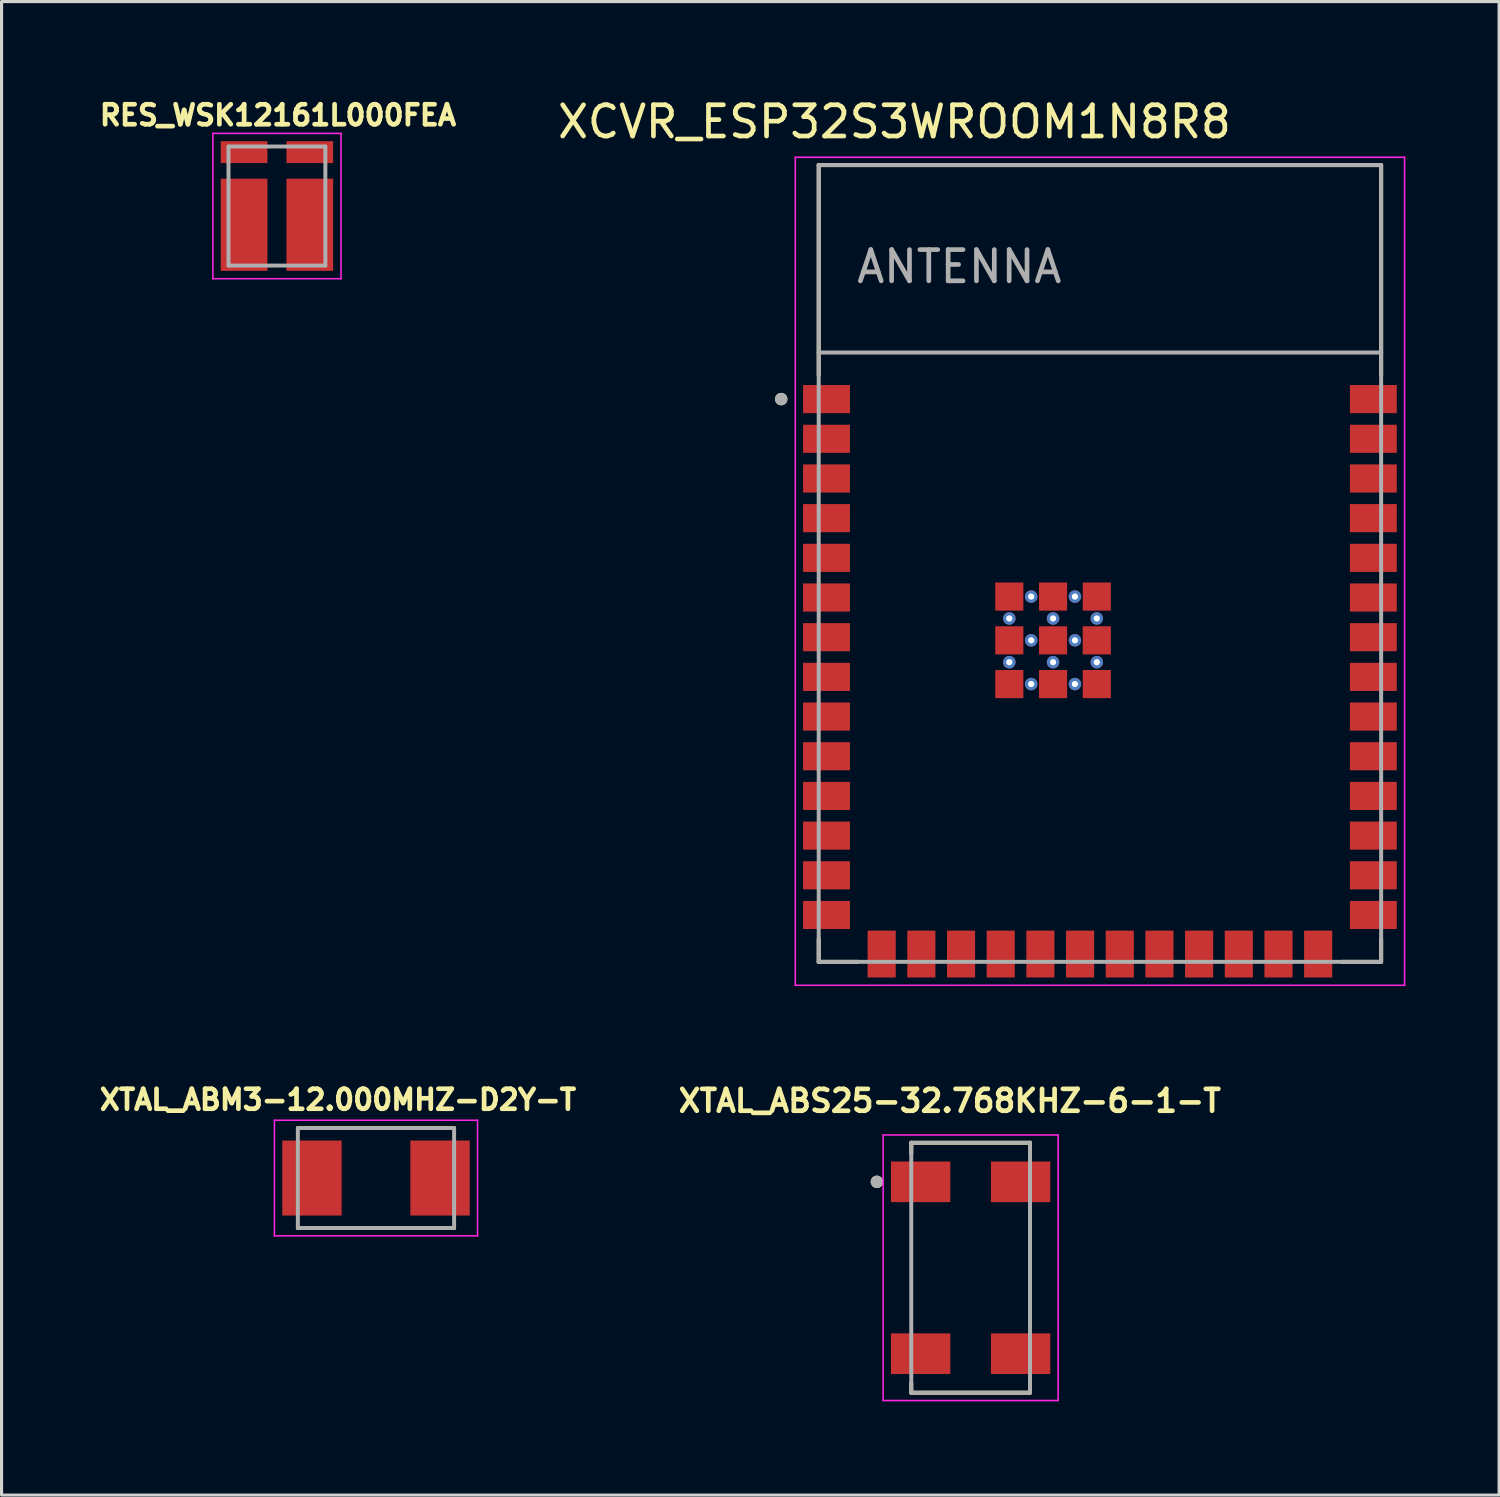
<source format=kicad_pcb>
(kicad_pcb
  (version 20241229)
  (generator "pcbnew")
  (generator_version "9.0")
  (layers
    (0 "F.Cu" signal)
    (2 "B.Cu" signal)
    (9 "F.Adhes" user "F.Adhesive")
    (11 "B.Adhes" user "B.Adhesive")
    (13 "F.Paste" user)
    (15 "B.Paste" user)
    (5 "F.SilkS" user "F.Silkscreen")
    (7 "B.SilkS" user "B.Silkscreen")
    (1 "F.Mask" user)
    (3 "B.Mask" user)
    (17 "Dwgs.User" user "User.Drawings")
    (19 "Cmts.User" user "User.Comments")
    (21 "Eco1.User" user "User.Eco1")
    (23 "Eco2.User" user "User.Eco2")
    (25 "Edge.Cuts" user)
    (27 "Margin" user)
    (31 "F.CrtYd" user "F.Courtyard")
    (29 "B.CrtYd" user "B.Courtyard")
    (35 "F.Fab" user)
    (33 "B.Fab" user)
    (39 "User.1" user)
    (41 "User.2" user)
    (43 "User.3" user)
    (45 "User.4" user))
  (footprint "XCVR_ESP32S3WROOM1N8R8"
    (layer "F.Cu")
    (at 32.152 14.983)
    (property "Reference" "XCVR_ESP32S3WROOM1N8R8" (at -6.575 -14.135 0) (layer "F.SilkS") (effects (font (size 1 1) (thickness 0.15))))
    (attr smd)
    (fp_line (start -9 -12.75) (end 9 -12.75) (stroke (width 0.127) (type solid)) (layer "F.SilkS"))
    (fp_line (start -9 -6.03) (end -9 -12.75) (stroke (width 0.127) (type solid)) (layer "F.SilkS"))
    (fp_line (start -9 12.02) (end -9 12.75) (stroke (width 0.127) (type solid)) (layer "F.SilkS"))
    (fp_line (start -9 12.75) (end -7.755 12.75) (stroke (width 0.127) (type solid)) (layer "F.SilkS"))
    (fp_line (start 9 -12.75) (end 9 -6.03) (stroke (width 0.127) (type solid)) (layer "F.SilkS"))
    (fp_line (start 9 12.02) (end 9 12.75) (stroke (width 0.127) (type solid)) (layer "F.SilkS"))
    (fp_line (start 9 12.75) (end 7.755 12.75) (stroke (width 0.127) (type solid)) (layer "F.SilkS"))
    (fp_circle (center -10.2 -5.26) (end -10.1 -5.26) (stroke (width 0.2) (type solid)) (fill no) (layer "F.SilkS"))
    (fp_line (start -9.75 -13) (end 9.75 -13) (stroke (width 0.05) (type solid)) (layer "F.CrtYd"))
    (fp_line (start -9.75 13.5) (end -9.75 -13) (stroke (width 0.05) (type solid)) (layer "F.CrtYd"))
    (fp_line (start -9.75 13.5) (end 9.75 13.5) (stroke (width 0.05) (type solid)) (layer "F.CrtYd"))
    (fp_line (start 9.75 -13) (end 9.75 13.5) (stroke (width 0.05) (type solid)) (layer "F.CrtYd"))
    (fp_line (start -9 -12.75) (end 9 -12.75) (stroke (width 0.127) (type solid)) (layer "F.Fab"))
    (fp_line (start -9 -6.75) (end -9 -12.75) (stroke (width 0.127) (type solid)) (layer "F.Fab"))
    (fp_line (start -9 -6.75) (end 9 -6.75) (stroke (width 0.127) (type solid)) (layer "F.Fab"))
    (fp_line (start -9 12.75) (end -9 -6.75) (stroke (width 0.127) (type solid)) (layer "F.Fab"))
    (fp_line (start 9 -12.75) (end 9 -6.75) (stroke (width 0.127) (type solid)) (layer "F.Fab"))
    (fp_line (start 9 -6.75) (end 9 12.75) (stroke (width 0.127) (type solid)) (layer "F.Fab"))
    (fp_line (start 9 12.75) (end -9 12.75) (stroke (width 0.127) (type solid)) (layer "F.Fab"))
    (fp_circle (center -10.2 -5.26) (end -10.1 -5.26) (stroke (width 0.2) (type solid)) (fill no) (layer "F.Fab"))
    (fp_text user "ANTENNA" (at -4.5 -9.5 0) (layer "F.Fab") (effects (font (size 1 1) (thickness 0.15))))
    (pad "1" smd rect (at -8.75 -5.26) (size 1.5 0.9) (layers "F.Cu" "F.Mask" "F.Paste"))
    (pad "2" smd rect (at -8.75 -3.99) (size 1.5 0.9) (layers "F.Cu" "F.Mask" "F.Paste"))
    (pad "3" smd rect (at -8.75 -2.72) (size 1.5 0.9) (layers "F.Cu" "F.Mask" "F.Paste"))
    (pad "4" smd rect (at -8.75 -1.45) (size 1.5 0.9) (layers "F.Cu" "F.Mask" "F.Paste"))
    (pad "5" smd rect (at -8.75 -0.18) (size 1.5 0.9) (layers "F.Cu" "F.Mask" "F.Paste"))
    (pad "6" smd rect (at -8.75 1.09) (size 1.5 0.9) (layers "F.Cu" "F.Mask" "F.Paste"))
    (pad "7" smd rect (at -8.75 2.36) (size 1.5 0.9) (layers "F.Cu" "F.Mask" "F.Paste"))
    (pad "8" smd rect (at -8.75 3.63) (size 1.5 0.9) (layers "F.Cu" "F.Mask" "F.Paste"))
    (pad "9" smd rect (at -8.75 4.9) (size 1.5 0.9) (layers "F.Cu" "F.Mask" "F.Paste"))
    (pad "10" smd rect (at -8.75 6.17) (size 1.5 0.9) (layers "F.Cu" "F.Mask" "F.Paste"))
    (pad "11" smd rect (at -8.75 7.44) (size 1.5 0.9) (layers "F.Cu" "F.Mask" "F.Paste"))
    (pad "12" smd rect (at -8.75 8.71) (size 1.5 0.9) (layers "F.Cu" "F.Mask" "F.Paste"))
    (pad "13" smd rect (at -8.75 9.98) (size 1.5 0.9) (layers "F.Cu" "F.Mask" "F.Paste"))
    (pad "14" smd rect (at -8.75 11.25) (size 1.5 0.9) (layers "F.Cu" "F.Mask" "F.Paste"))
    (pad "15" smd rect (at -6.985 12.5) (size 0.9 1.5) (layers "F.Cu" "F.Mask" "F.Paste"))
    (pad "16" smd rect (at -5.715 12.5) (size 0.9 1.5) (layers "F.Cu" "F.Mask" "F.Paste"))
    (pad "17" smd rect (at -4.445 12.5) (size 0.9 1.5) (layers "F.Cu" "F.Mask" "F.Paste"))
    (pad "18" smd rect (at -3.175 12.5) (size 0.9 1.5) (layers "F.Cu" "F.Mask" "F.Paste"))
    (pad "19" smd rect (at -1.905 12.5) (size 0.9 1.5) (layers "F.Cu" "F.Mask" "F.Paste"))
    (pad "20" smd rect (at -0.635 12.5) (size 0.9 1.5) (layers "F.Cu" "F.Mask" "F.Paste"))
    (pad "21" smd rect (at 0.635 12.5) (size 0.9 1.5) (layers "F.Cu" "F.Mask" "F.Paste"))
    (pad "22" smd rect (at 1.905 12.5) (size 0.9 1.5) (layers "F.Cu" "F.Mask" "F.Paste"))
    (pad "23" smd rect (at 3.175 12.5) (size 0.9 1.5) (layers "F.Cu" "F.Mask" "F.Paste"))
    (pad "24" smd rect (at 4.445 12.5) (size 0.9 1.5) (layers "F.Cu" "F.Mask" "F.Paste"))
    (pad "25" smd rect (at 5.715 12.5) (size 0.9 1.5) (layers "F.Cu" "F.Mask" "F.Paste"))
    (pad "26" smd rect (at 6.985 12.5) (size 0.9 1.5) (layers "F.Cu" "F.Mask" "F.Paste"))
    (pad "27" smd rect (at 8.75 11.25) (size 1.5 0.9) (layers "F.Cu" "F.Mask" "F.Paste"))
    (pad "28" smd rect (at 8.75 9.98) (size 1.5 0.9) (layers "F.Cu" "F.Mask" "F.Paste"))
    (pad "29" smd rect (at 8.75 8.71) (size 1.5 0.9) (layers "F.Cu" "F.Mask" "F.Paste"))
    (pad "30" smd rect (at 8.75 7.44) (size 1.5 0.9) (layers "F.Cu" "F.Mask" "F.Paste"))
    (pad "31" smd rect (at 8.75 6.17) (size 1.5 0.9) (layers "F.Cu" "F.Mask" "F.Paste"))
    (pad "32" smd rect (at 8.75 4.9) (size 1.5 0.9) (layers "F.Cu" "F.Mask" "F.Paste"))
    (pad "33" smd rect (at 8.75 3.63) (size 1.5 0.9) (layers "F.Cu" "F.Mask" "F.Paste"))
    (pad "34" smd rect (at 8.75 2.36) (size 1.5 0.9) (layers "F.Cu" "F.Mask" "F.Paste"))
    (pad "35" smd rect (at 8.75 1.09) (size 1.5 0.9) (layers "F.Cu" "F.Mask" "F.Paste"))
    (pad "36" smd rect (at 8.75 -0.18) (size 1.5 0.9) (layers "F.Cu" "F.Mask" "F.Paste"))
    (pad "37" smd rect (at 8.75 -1.45) (size 1.5 0.9) (layers "F.Cu" "F.Mask" "F.Paste"))
    (pad "38" smd rect (at 8.75 -2.72) (size 1.5 0.9) (layers "F.Cu" "F.Mask" "F.Paste"))
    (pad "39" smd rect (at 8.75 -3.99) (size 1.5 0.9) (layers "F.Cu" "F.Mask" "F.Paste"))
    (pad "40" smd rect (at 8.75 -5.26) (size 1.5 0.9) (layers "F.Cu" "F.Mask" "F.Paste"))
    (pad "41_1" smd rect (at -1.5 2.46) (size 0.9 0.9) (layers "F.Cu" "F.Mask" "F.Paste"))
    (pad "41_2" smd rect (at -2.9 2.46) (size 0.9 0.9) (layers "F.Cu" "F.Mask" "F.Paste"))
    (pad "41_3" smd rect (at -0.1 2.46) (size 0.9 0.9) (layers "F.Cu" "F.Mask" "F.Paste"))
    (pad "41_4" smd rect (at -2.9 3.86) (size 0.9 0.9) (layers "F.Cu" "F.Mask" "F.Paste"))
    (pad "41_5" smd rect (at -1.5 3.86) (size 0.9 0.9) (layers "F.Cu" "F.Mask" "F.Paste"))
    (pad "41_6" smd rect (at -0.1 3.86) (size 0.9 0.9) (layers "F.Cu" "F.Mask" "F.Paste"))
    (pad "41_7" smd rect (at -2.9 1.06) (size 0.9 0.9) (layers "F.Cu" "F.Mask" "F.Paste"))
    (pad "41_8" smd rect (at -1.5 1.06) (size 0.9 0.9) (layers "F.Cu" "F.Mask" "F.Paste"))
    (pad "41_9" smd rect (at -0.1 1.06) (size 0.9 0.9) (layers "F.Cu" "F.Mask" "F.Paste"))
    (pad "41_10" thru_hole circle (at -1.5 1.76) (size 0.4 0.4) (drill 0.2) (layers "*.Cu"))
    (pad "41_11" thru_hole circle (at -2.9 1.76) (size 0.4 0.4) (drill 0.2) (layers "*.Cu"))
    (pad "41_12" thru_hole circle (at -0.1 1.76) (size 0.4 0.4) (drill 0.2) (layers "*.Cu"))
    (pad "41_13" thru_hole circle (at -2.9 3.16) (size 0.4 0.4) (drill 0.2) (layers "*.Cu"))
    (pad "41_14" thru_hole circle (at -1.5 3.16) (size 0.4 0.4) (drill 0.2) (layers "*.Cu"))
    (pad "41_15" thru_hole circle (at -0.1 3.16) (size 0.4 0.4) (drill 0.2) (layers "*.Cu"))
    (pad "41_16" thru_hole circle (at -2.2 1.06) (size 0.4 0.4) (drill 0.2) (layers "*.Cu"))
    (pad "41_17" thru_hole circle (at -0.8 1.06) (size 0.4 0.4) (drill 0.2) (layers "*.Cu"))
    (pad "41_18" thru_hole circle (at -2.2 2.46) (size 0.4 0.4) (drill 0.2) (layers "*.Cu"))
    (pad "41_19" thru_hole circle (at -0.8 2.46) (size 0.4 0.4) (drill 0.2) (layers "*.Cu"))
    (pad "41_20" thru_hole circle (at -2.2 3.86) (size 0.4 0.4) (drill 0.2) (layers "*.Cu"))
    (pad "41_21" thru_hole circle (at -0.8 3.86) (size 0.4 0.4) (drill 0.2) (layers "*.Cu"))
    (zone (net_name "") (layer "F.Cu") (hatch full 0.508) (connect_pads) (min_thickness 0.01) (filled_areas_thickness no) (keepout (tracks not_allowed) (vias not_allowed) (pads not_allowed) (copperpour not_allowed) (footprints allowed)) (placement (enabled no)) (fill) (polygon (pts (xy 23.152 2.233) (xy 41.152 2.233) (xy 41.152 8.233) (xy 23.152 8.233))))
    (zone (net_name "") (layers "F.Cu" "B.Cu") (hatch full 0.508) (connect_pads) (min_thickness 0.01) (filled_areas_thickness no) (keepout (tracks allowed) (vias not_allowed) (pads allowed) (copperpour allowed) (footprints allowed)) (placement (enabled no)) (fill) (polygon (pts (xy 23.152 2.233) (xy 41.152 2.233) (xy 41.152 8.233) (xy 23.152 8.233))))
    (zone (net_name "") (layer "B.Cu") (hatch full 0.508) (connect_pads) (min_thickness 0.01) (filled_areas_thickness no) (keepout (tracks not_allowed) (vias not_allowed) (pads not_allowed) (copperpour not_allowed) (footprints allowed)) (placement (enabled no)) (fill) (polygon (pts (xy 23.152 2.233) (xy 41.152 2.233) (xy 41.152 8.233) (xy 23.152 8.233)))))
  (footprint "XTAL_ABS25-32.768KHZ-6-1-T"
    (layer "F.Cu")
    (at 28.014 37.523)
    (property "Reference" "XTAL_ABS25-32.768KHZ-6-1-T" (at -0.668 -5.341 0) (layer "F.SilkS") (effects (font (size 0.701 0.701) (thickness 0.15))))
    (attr smd)
    (fp_line (start -1.9 -4) (end -1.9 -3.65) (stroke (width 0.127) (type solid)) (layer "F.SilkS"))
    (fp_line (start -1.9 4) (end -1.9 3.7) (stroke (width 0.127) (type solid)) (layer "F.SilkS"))
    (fp_line (start 1.9 -4) (end -1.9 -4) (stroke (width 0.127) (type solid)) (layer "F.SilkS"))
    (fp_line (start 1.9 -3.6) (end 1.9 -4) (stroke (width 0.127) (type solid)) (layer "F.SilkS"))
    (fp_line (start 1.9 3.65) (end 1.9 4) (stroke (width 0.127) (type solid)) (layer "F.SilkS"))
    (fp_line (start 1.9 4) (end -1.9 4) (stroke (width 0.127) (type solid)) (layer "F.SilkS"))
    (fp_circle (center -3 -2.75) (end -2.9 -2.75) (stroke (width 0.2) (type solid)) (fill no) (layer "F.SilkS"))
    (fp_line (start -2.8 -4.25) (end -2.8 4.25) (stroke (width 0.05) (type solid)) (layer "F.CrtYd"))
    (fp_line (start -2.8 4.25) (end 2.8 4.25) (stroke (width 0.05) (type solid)) (layer "F.CrtYd"))
    (fp_line (start 2.8 -4.25) (end -2.8 -4.25) (stroke (width 0.05) (type solid)) (layer "F.CrtYd"))
    (fp_line (start 2.8 4.25) (end 2.8 -4.25) (stroke (width 0.05) (type solid)) (layer "F.CrtYd"))
    (fp_line (start -1.9 -4) (end -1.9 4) (stroke (width 0.127) (type solid)) (layer "F.Fab"))
    (fp_line (start -1.9 4) (end 1.9 4) (stroke (width 0.127) (type solid)) (layer "F.Fab"))
    (fp_line (start 1.9 -4) (end -1.9 -4) (stroke (width 0.127) (type solid)) (layer "F.Fab"))
    (fp_line (start 1.9 4) (end 1.9 -4) (stroke (width 0.127) (type solid)) (layer "F.Fab"))
    (fp_circle (center -3 -2.75) (end -2.9 -2.75) (stroke (width 0.2) (type solid)) (fill no) (layer "F.Fab"))
    (pad "1" smd rect (at -1.6 -2.75 270) (size 1.3 1.9) (layers "F.Cu" "F.Mask" "F.Paste"))
    (pad "2" smd rect (at -1.6 2.75 270) (size 1.3 1.9) (layers "F.Cu" "F.Mask" "F.Paste"))
    (pad "3" smd rect (at 1.6 2.75 90) (size 1.3 1.9) (layers "F.Cu" "F.Mask" "F.Paste"))
    (pad "4" smd rect (at 1.6 -2.75 90) (size 1.3 1.9) (layers "F.Cu" "F.Mask" "F.Paste")))
  (footprint "XTAL_ABM3-12.000MHZ-D2Y-T"
    (layer "F.Cu")
    (at 8.983 34.652)
    (property "Reference" "XTAL_ABM3-12.000MHZ-D2Y-T" (at -1.218 -2.506 0) (layer "F.SilkS") (effects (font (size 0.64 0.64) (thickness 0.15))))
    (attr smd)
    (fp_line (start -2.5 -1.6) (end 2.5 -1.6) (stroke (width 0.127) (type solid)) (layer "F.SilkS"))
    (fp_line (start -2.5 1.6) (end 2.5 1.6) (stroke (width 0.127) (type solid)) (layer "F.SilkS"))
    (fp_line (start -3.25 -1.85) (end -3.25 1.85) (stroke (width 0.05) (type solid)) (layer "F.CrtYd"))
    (fp_line (start -3.25 1.85) (end 3.25 1.85) (stroke (width 0.05) (type solid)) (layer "F.CrtYd"))
    (fp_line (start 3.25 -1.85) (end -3.25 -1.85) (stroke (width 0.05) (type solid)) (layer "F.CrtYd"))
    (fp_line (start 3.25 1.85) (end 3.25 -1.85) (stroke (width 0.05) (type solid)) (layer "F.CrtYd"))
    (fp_line (start -2.5 -1.6) (end -2.5 1.6) (stroke (width 0.127) (type solid)) (layer "F.Fab"))
    (fp_line (start -2.5 -1.6) (end 2.5 -1.6) (stroke (width 0.127) (type solid)) (layer "F.Fab"))
    (fp_line (start -2.5 1.6) (end 2.5 1.6) (stroke (width 0.127) (type solid)) (layer "F.Fab"))
    (fp_line (start 2.5 -1.6) (end 2.5 1.6) (stroke (width 0.127) (type solid)) (layer "F.Fab"))
    (pad "1" smd rect (at -2.05 0) (size 1.9 2.4) (layers "F.Cu" "F.Mask" "F.Paste"))
    (pad "2" smd rect (at 2.05 0) (size 1.9 2.4) (layers "F.Cu" "F.Mask" "F.Paste")))
  (footprint "RES_WSK12161L000FEA"
    (layer "F.Cu")
    (at 5.813 3.544)
    (property "Reference" "RES_WSK12161L000FEA" (at 0.032 -2.906 0) (layer "F.SilkS") (effects (font (size 0.64 0.64) (thickness 0.15))))
    (attr smd)
    (fp_line (start -2.05 -2.325) (end 2.05 -2.325) (stroke (width 0.05) (type solid)) (layer "F.CrtYd"))
    (fp_line (start -2.05 2.325) (end -2.05 -2.325) (stroke (width 0.05) (type solid)) (layer "F.CrtYd"))
    (fp_line (start 2.05 -2.325) (end 2.05 2.325) (stroke (width 0.05) (type solid)) (layer "F.CrtYd"))
    (fp_line (start 2.05 2.325) (end -2.05 2.325) (stroke (width 0.05) (type solid)) (layer "F.CrtYd"))
    (fp_line (start -1.55 -1.905) (end 1.55 -1.905) (stroke (width 0.127) (type solid)) (layer "F.Fab"))
    (fp_line (start -1.55 1.905) (end -1.55 -1.905) (stroke (width 0.127) (type solid)) (layer "F.Fab"))
    (fp_line (start 1.55 -1.905) (end 1.55 1.905) (stroke (width 0.127) (type solid)) (layer "F.Fab"))
    (fp_line (start 1.55 1.905) (end -1.55 1.905) (stroke (width 0.127) (type solid)) (layer "F.Fab"))
    (pad "1" smd rect (at -1.052 -1.725) (size 1.495 0.7) (layers "F.Cu" "F.Mask" "F.Paste"))
    (pad "2" smd rect (at -1.052 0.6) (size 1.495 2.95) (layers "F.Cu" "F.Mask" "F.Paste"))
    (pad "3" smd rect (at 1.052 0.6) (size 1.495 2.95) (layers "F.Cu" "F.Mask" "F.Paste"))
    (pad "4" smd rect (at 1.052 -1.725) (size 1.495 0.7) (layers "F.Cu" "F.Mask" "F.Paste")))
  (gr_rect
    (start -3 -3)
    (end 44.927 44.798)
    (stroke (width 0.1) (type default))
    (fill no)
    (layer "Edge.Cuts")))
</source>
